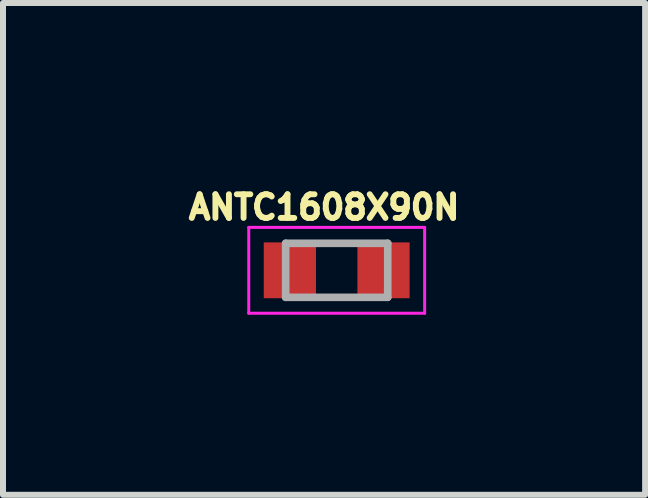
<source format=kicad_pcb>
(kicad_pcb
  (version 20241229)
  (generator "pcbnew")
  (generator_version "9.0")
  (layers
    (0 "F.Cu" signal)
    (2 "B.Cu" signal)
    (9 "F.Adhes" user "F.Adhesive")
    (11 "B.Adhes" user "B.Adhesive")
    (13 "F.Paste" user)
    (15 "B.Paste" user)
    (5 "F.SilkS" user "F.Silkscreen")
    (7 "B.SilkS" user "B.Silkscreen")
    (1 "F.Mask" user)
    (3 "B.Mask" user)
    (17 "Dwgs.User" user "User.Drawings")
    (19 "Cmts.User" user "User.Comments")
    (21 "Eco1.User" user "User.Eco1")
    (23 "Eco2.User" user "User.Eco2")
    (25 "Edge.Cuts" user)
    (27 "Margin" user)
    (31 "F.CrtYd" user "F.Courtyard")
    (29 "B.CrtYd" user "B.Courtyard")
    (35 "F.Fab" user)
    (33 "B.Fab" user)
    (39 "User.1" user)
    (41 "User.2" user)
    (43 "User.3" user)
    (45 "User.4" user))
  (footprint "ANTC1608X90N"
    (layer "F.Cu")
    (at 2.559 1.453)
    (property "Reference" "ANTC1608X90N" (at -0.21 -1.05 0) (layer "F.SilkS") (effects (font (size 0.394 0.394) (thickness 0.15))))
    (attr through_hole)
    (fp_line (start -1.465 -0.715) (end 1.465 -0.715) (stroke (width 0.05) (type solid)) (layer "F.CrtYd"))
    (fp_line (start -1.465 0.715) (end -1.465 -0.715) (stroke (width 0.05) (type solid)) (layer "F.CrtYd"))
    (fp_line (start -1.465 0.715) (end 1.465 0.715) (stroke (width 0.05) (type solid)) (layer "F.CrtYd"))
    (fp_line (start 1.465 0.715) (end 1.465 -0.715) (stroke (width 0.05) (type solid)) (layer "F.CrtYd"))
    (fp_line (start -0.85 0.45) (end -0.85 -0.45) (stroke (width 0.127) (type solid)) (layer "F.Fab"))
    (fp_line (start 0.85 -0.45) (end -0.85 -0.45) (stroke (width 0.127) (type solid)) (layer "F.Fab"))
    (fp_line (start 0.85 0.45) (end -0.85 0.45) (stroke (width 0.127) (type solid)) (layer "F.Fab"))
    (fp_line (start 0.85 0.45) (end 0.85 -0.45) (stroke (width 0.127) (type solid)) (layer "F.Fab"))
    (pad "1" smd rect (at -0.78 0) (size 0.87 0.93) (layers "F.Cu" "F.Mask" "F.Paste"))
    (pad "2" smd rect (at 0.78 0) (size 0.87 0.93) (layers "F.Cu" "F.Mask" "F.Paste")))
  (gr_rect
    (start -3 -3)
    (end 7.697 5.193)
    (stroke (width 0.1) (type default))
    (fill no)
    (layer "Edge.Cuts")))
</source>
